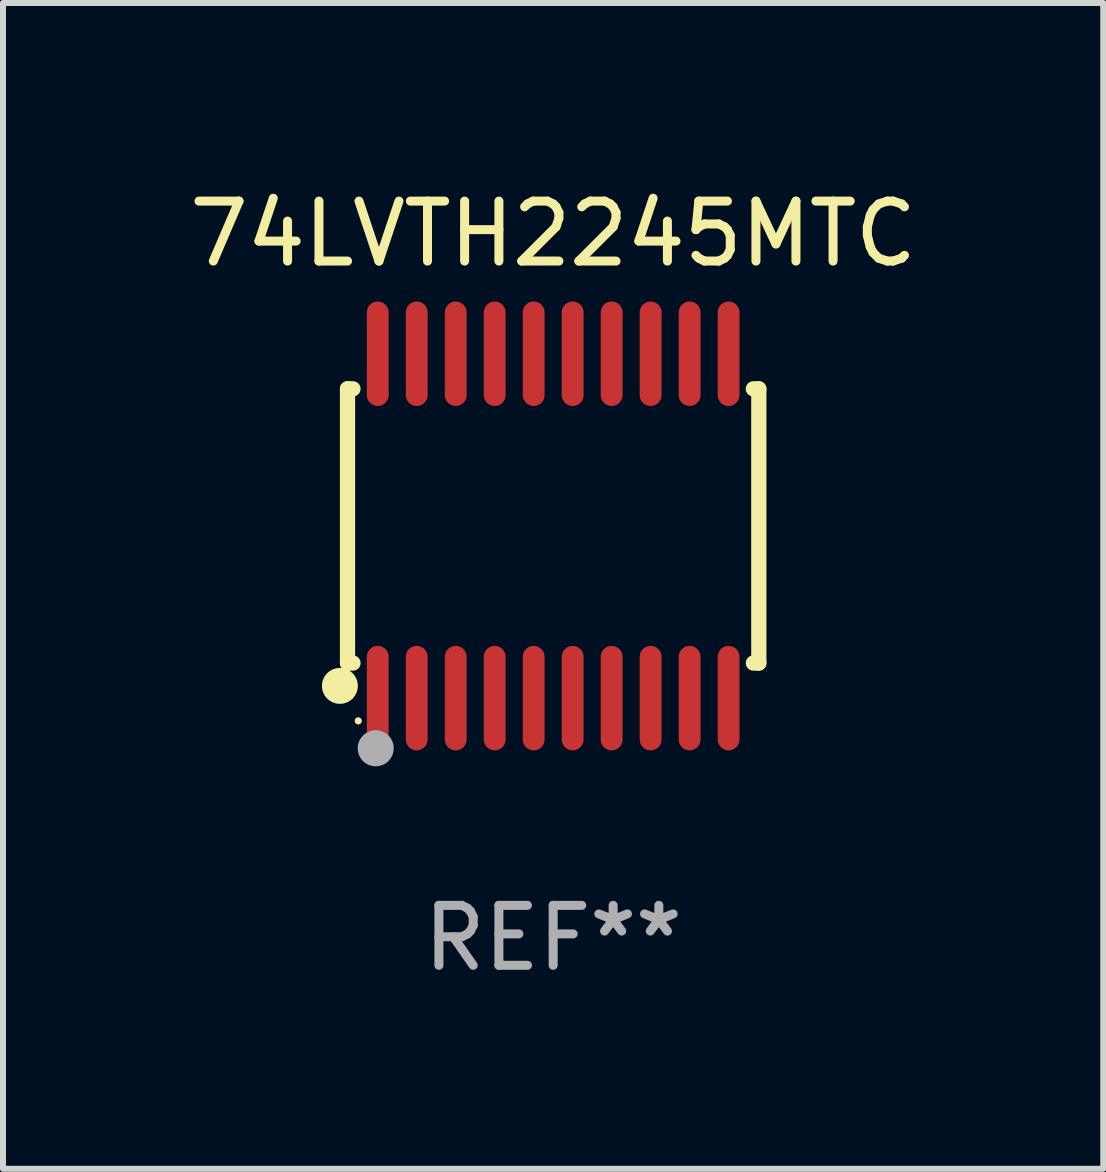
<source format=kicad_pcb>
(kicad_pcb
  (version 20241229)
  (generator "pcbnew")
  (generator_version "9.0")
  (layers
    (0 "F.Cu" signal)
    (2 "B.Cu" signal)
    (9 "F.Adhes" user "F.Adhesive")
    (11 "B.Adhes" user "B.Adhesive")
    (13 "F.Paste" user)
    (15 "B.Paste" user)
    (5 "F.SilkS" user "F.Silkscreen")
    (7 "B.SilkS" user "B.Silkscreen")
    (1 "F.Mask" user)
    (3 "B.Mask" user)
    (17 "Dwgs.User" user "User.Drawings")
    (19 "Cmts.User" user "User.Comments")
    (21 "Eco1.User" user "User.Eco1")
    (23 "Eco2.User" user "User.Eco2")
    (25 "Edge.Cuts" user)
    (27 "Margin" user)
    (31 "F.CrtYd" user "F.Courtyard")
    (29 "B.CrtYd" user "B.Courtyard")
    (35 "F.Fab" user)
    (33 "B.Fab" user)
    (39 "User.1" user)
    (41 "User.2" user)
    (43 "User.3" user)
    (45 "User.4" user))
  (footprint "74LVTH2245MTC"
    (layer "F.Cu")
    (at 6.173 5.719)
    (property "Reference" "74LVTH2245MTC" (at 0 -4.871 0) (layer "F.SilkS") (effects (font (size 1 1) (thickness 0.15))))
    (attr through_hole)
    (fp_line (start -3.429 -2.286) (end -3.429 2.286) (stroke (width 0.254) (type solid)) (layer "F.SilkS"))
    (fp_line (start -3.429 2.286) (end -3.338 2.286) (stroke (width 0.254) (type solid)) (layer "F.SilkS"))
    (fp_line (start -3.338 -2.286) (end -3.429 -2.286) (stroke (width 0.254) (type solid)) (layer "F.SilkS"))
    (fp_line (start 3.338 -2.286) (end 3.429 -2.286) (stroke (width 0.254) (type solid)) (layer "F.SilkS"))
    (fp_line (start 3.429 -2.286) (end 3.429 2.286) (stroke (width 0.254) (type solid)) (layer "F.SilkS"))
    (fp_line (start 3.429 2.286) (end 3.338 2.286) (stroke (width 0.254) (type solid)) (layer "F.SilkS"))
    (fp_circle (center -3.556 2.667) (end -3.406 2.667) (stroke (width 0.3) (type solid)) (fill no) (layer "F.SilkS"))
    (fp_circle (center -3.25 3.25) (end -3.22 3.25) (stroke (width 0.06) (type solid)) (fill no) (layer "F.SilkS"))
    (fp_circle (center -2.959 3.707) (end -2.808 3.707) (stroke (width 0.3) (type solid)) (fill no) (layer "F.Fab"))
    (fp_text user "REF**" (at 0 6.871 0) (layer "F.Fab") (effects (font (size 1 1) (thickness 0.15))))
    (pad "1" smd oval (at -2.925 2.871) (size 0.364 1.742) (layers "F.Cu" "F.Mask" "F.Paste"))
    (pad "2" smd oval (at -2.275 2.871) (size 0.364 1.742) (layers "F.Cu" "F.Mask" "F.Paste"))
    (pad "3" smd oval (at -1.625 2.871) (size 0.364 1.742) (layers "F.Cu" "F.Mask" "F.Paste"))
    (pad "4" smd oval (at -0.975 2.871) (size 0.364 1.742) (layers "F.Cu" "F.Mask" "F.Paste"))
    (pad "5" smd oval (at -0.325 2.871) (size 0.364 1.742) (layers "F.Cu" "F.Mask" "F.Paste"))
    (pad "6" smd oval (at 0.325 2.871) (size 0.364 1.742) (layers "F.Cu" "F.Mask" "F.Paste"))
    (pad "7" smd oval (at 0.975 2.871) (size 0.364 1.742) (layers "F.Cu" "F.Mask" "F.Paste"))
    (pad "8" smd oval (at 1.625 2.871) (size 0.364 1.742) (layers "F.Cu" "F.Mask" "F.Paste"))
    (pad "9" smd oval (at 2.275 2.871) (size 0.364 1.742) (layers "F.Cu" "F.Mask" "F.Paste"))
    (pad "10" smd oval (at 2.925 2.871) (size 0.364 1.742) (layers "F.Cu" "F.Mask" "F.Paste"))
    (pad "11" smd oval (at 2.925 -2.871) (size 0.364 1.742) (layers "F.Cu" "F.Mask" "F.Paste"))
    (pad "12" smd oval (at 2.275 -2.871) (size 0.364 1.742) (layers "F.Cu" "F.Mask" "F.Paste"))
    (pad "13" smd oval (at 1.625 -2.871) (size 0.364 1.742) (layers "F.Cu" "F.Mask" "F.Paste"))
    (pad "14" smd oval (at 0.975 -2.871) (size 0.364 1.742) (layers "F.Cu" "F.Mask" "F.Paste"))
    (pad "15" smd oval (at 0.325 -2.871) (size 0.364 1.742) (layers "F.Cu" "F.Mask" "F.Paste"))
    (pad "16" smd oval (at -0.325 -2.871) (size 0.364 1.742) (layers "F.Cu" "F.Mask" "F.Paste"))
    (pad "17" smd oval (at -0.975 -2.871) (size 0.364 1.742) (layers "F.Cu" "F.Mask" "F.Paste"))
    (pad "18" smd oval (at -1.625 -2.871) (size 0.364 1.742) (layers "F.Cu" "F.Mask" "F.Paste"))
    (pad "19" smd oval (at -2.275 -2.871) (size 0.364 1.742) (layers "F.Cu" "F.Mask" "F.Paste"))
    (pad "20" smd oval (at -2.925 -2.871) (size 0.364 1.742) (layers "F.Cu" "F.Mask" "F.Paste")))
  (gr_rect
    (start -3 -3)
    (end 15.345 16.438)
    (stroke (width 0.1) (type default))
    (fill no)
    (layer "Edge.Cuts")))
</source>
